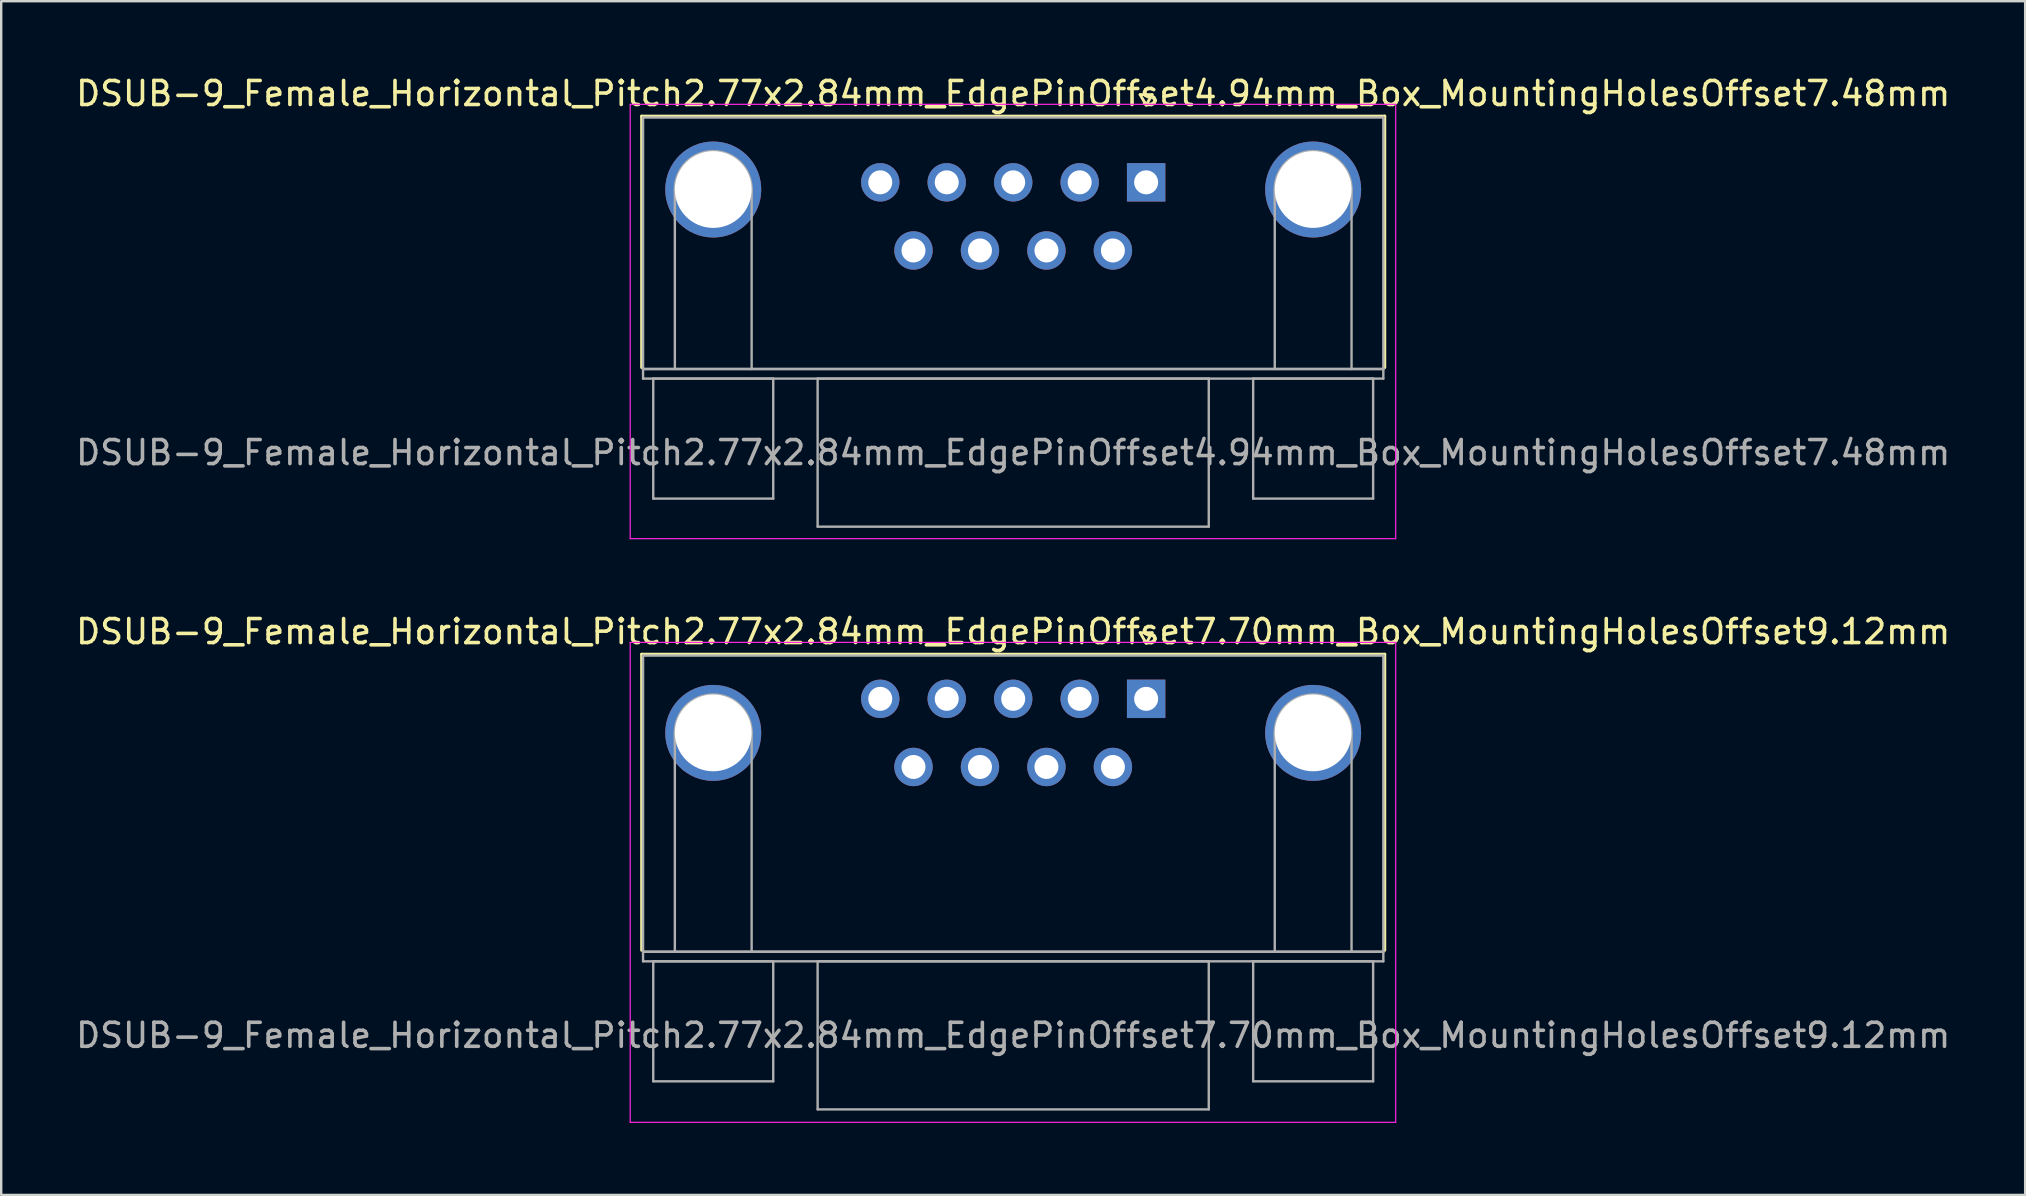
<source format=kicad_pcb>
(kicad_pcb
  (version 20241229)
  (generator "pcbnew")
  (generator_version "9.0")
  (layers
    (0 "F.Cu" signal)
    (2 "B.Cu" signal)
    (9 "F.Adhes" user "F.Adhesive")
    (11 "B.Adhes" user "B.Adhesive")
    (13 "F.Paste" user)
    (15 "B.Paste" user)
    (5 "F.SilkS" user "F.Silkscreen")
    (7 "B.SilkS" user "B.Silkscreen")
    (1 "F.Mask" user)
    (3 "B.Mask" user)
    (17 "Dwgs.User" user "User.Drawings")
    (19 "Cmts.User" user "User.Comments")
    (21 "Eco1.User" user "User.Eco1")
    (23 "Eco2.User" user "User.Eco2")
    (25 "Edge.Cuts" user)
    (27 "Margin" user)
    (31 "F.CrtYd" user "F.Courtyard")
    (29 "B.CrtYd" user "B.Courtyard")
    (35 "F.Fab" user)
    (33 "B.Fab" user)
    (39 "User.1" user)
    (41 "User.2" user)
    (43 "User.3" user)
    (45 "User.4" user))
  (footprint "DSUB-9_Female_Horizontal_Pitch2.77x2.84mm_EdgePinOffset7.70mm_Box_MountingHolesOffset9.12mm"
    (layer "F.Cu")
    (at 44.713 26.072)
    (property "Reference" "DSUB-9_Female_Horizontal_Pitch2.77x2.84mm_EdgePinOffset7.70mm_Box_MountingHolesOffset9.12mm" (at -5.54 -2.8 0) (layer "F.SilkS") (effects (font (size 1 1) (thickness 0.15))))
    (attr through_hole)
    (fp_line (start -21.025 -1.86) (end 9.945 -1.86) (stroke (width 0.12) (type solid)) (layer "F.SilkS"))
    (fp_line (start -21.025 10.48) (end -21.025 -1.86) (stroke (width 0.12) (type solid)) (layer "F.SilkS"))
    (fp_line (start -0.25 -2.754) (end 0.25 -2.754) (stroke (width 0.12) (type solid)) (layer "F.SilkS"))
    (fp_line (start 0 -2.321) (end -0.25 -2.754) (stroke (width 0.12) (type solid)) (layer "F.SilkS"))
    (fp_line (start 0.25 -2.754) (end 0 -2.321) (stroke (width 0.12) (type solid)) (layer "F.SilkS"))
    (fp_line (start 9.945 -1.86) (end 9.945 10.48) (stroke (width 0.12) (type solid)) (layer "F.SilkS"))
    (fp_line (start -21.5 -2.35) (end -21.5 17.65) (stroke (width 0.05) (type solid)) (layer "F.CrtYd"))
    (fp_line (start -21.5 17.65) (end 10.4 17.65) (stroke (width 0.05) (type solid)) (layer "F.CrtYd"))
    (fp_line (start 10.4 -2.35) (end -21.5 -2.35) (stroke (width 0.05) (type solid)) (layer "F.CrtYd"))
    (fp_line (start 10.4 17.65) (end 10.4 -2.35) (stroke (width 0.05) (type solid)) (layer "F.CrtYd"))
    (fp_line (start -20.965 -1.8) (end -20.965 10.54) (stroke (width 0.1) (type solid)) (layer "F.Fab"))
    (fp_line (start -20.965 10.54) (end -20.965 10.94) (stroke (width 0.1) (type solid)) (layer "F.Fab"))
    (fp_line (start -20.965 10.54) (end 9.885 10.54) (stroke (width 0.1) (type solid)) (layer "F.Fab"))
    (fp_line (start -20.965 10.94) (end 9.885 10.94) (stroke (width 0.1) (type solid)) (layer "F.Fab"))
    (fp_line (start -20.54 10.94) (end -20.54 15.94) (stroke (width 0.1) (type solid)) (layer "F.Fab"))
    (fp_line (start -20.54 15.94) (end -15.54 15.94) (stroke (width 0.1) (type solid)) (layer "F.Fab"))
    (fp_line (start -19.64 10.54) (end -19.64 1.42) (stroke (width 0.1) (type solid)) (layer "F.Fab"))
    (fp_line (start -16.44 10.54) (end -16.44 1.42) (stroke (width 0.1) (type solid)) (layer "F.Fab"))
    (fp_line (start -15.54 10.94) (end -20.54 10.94) (stroke (width 0.1) (type solid)) (layer "F.Fab"))
    (fp_line (start -15.54 15.94) (end -15.54 10.94) (stroke (width 0.1) (type solid)) (layer "F.Fab"))
    (fp_line (start -13.69 10.94) (end -13.69 17.11) (stroke (width 0.1) (type solid)) (layer "F.Fab"))
    (fp_line (start -13.69 17.11) (end 2.61 17.11) (stroke (width 0.1) (type solid)) (layer "F.Fab"))
    (fp_line (start 2.61 10.94) (end -13.69 10.94) (stroke (width 0.1) (type solid)) (layer "F.Fab"))
    (fp_line (start 2.61 17.11) (end 2.61 10.94) (stroke (width 0.1) (type solid)) (layer "F.Fab"))
    (fp_line (start 4.46 10.94) (end 4.46 15.94) (stroke (width 0.1) (type solid)) (layer "F.Fab"))
    (fp_line (start 4.46 15.94) (end 9.46 15.94) (stroke (width 0.1) (type solid)) (layer "F.Fab"))
    (fp_line (start 5.36 10.54) (end 5.36 1.42) (stroke (width 0.1) (type solid)) (layer "F.Fab"))
    (fp_line (start 8.56 10.54) (end 8.56 1.42) (stroke (width 0.1) (type solid)) (layer "F.Fab"))
    (fp_line (start 9.46 10.94) (end 4.46 10.94) (stroke (width 0.1) (type solid)) (layer "F.Fab"))
    (fp_line (start 9.46 15.94) (end 9.46 10.94) (stroke (width 0.1) (type solid)) (layer "F.Fab"))
    (fp_line (start 9.885 -1.8) (end -20.965 -1.8) (stroke (width 0.1) (type solid)) (layer "F.Fab"))
    (fp_line (start 9.885 10.54) (end -20.965 10.54) (stroke (width 0.1) (type solid)) (layer "F.Fab"))
    (fp_line (start 9.885 10.54) (end 9.885 -1.8) (stroke (width 0.1) (type solid)) (layer "F.Fab"))
    (fp_line (start 9.885 10.94) (end 9.885 10.54) (stroke (width 0.1) (type solid)) (layer "F.Fab"))
    (fp_arc (start -19.64 1.42) (mid -18.04 -0.18) (end -16.44 1.42) (stroke (width 0.1) (type solid)) (layer "F.Fab"))
    (fp_arc (start 5.36 1.42) (mid 6.96 -0.18) (end 8.56 1.42) (stroke (width 0.1) (type solid)) (layer "F.Fab"))
    (fp_text user "${REFERENCE}" (at -5.54 14.025 0) (layer "F.Fab") (effects (font (size 1 1) (thickness 0.15))))
    (pad "0" thru_hole circle (at -18.04 1.42) (size 4 4) (drill 3.2) (layers "*.Cu" "*.Mask"))
    (pad "0" thru_hole circle (at 6.96 1.42) (size 4 4) (drill 3.2) (layers "*.Cu" "*.Mask"))
    (pad "1" thru_hole rect (at 0 0) (size 1.6 1.6) (drill 1) (layers "*.Cu" "*.Mask"))
    (pad "2" thru_hole circle (at -2.77 0) (size 1.6 1.6) (drill 1) (layers "*.Cu" "*.Mask"))
    (pad "3" thru_hole circle (at -5.54 0) (size 1.6 1.6) (drill 1) (layers "*.Cu" "*.Mask"))
    (pad "4" thru_hole circle (at -8.31 0) (size 1.6 1.6) (drill 1) (layers "*.Cu" "*.Mask"))
    (pad "5" thru_hole circle (at -11.08 0) (size 1.6 1.6) (drill 1) (layers "*.Cu" "*.Mask"))
    (pad "6" thru_hole circle (at -1.385 2.84) (size 1.6 1.6) (drill 1) (layers "*.Cu" "*.Mask"))
    (pad "7" thru_hole circle (at -4.155 2.84) (size 1.6 1.6) (drill 1) (layers "*.Cu" "*.Mask"))
    (pad "8" thru_hole circle (at -6.925 2.84) (size 1.6 1.6) (drill 1) (layers "*.Cu" "*.Mask"))
    (pad "9" thru_hole circle (at -9.695 2.84) (size 1.6 1.6) (drill 1) (layers "*.Cu" "*.Mask")))
  (footprint "DSUB-9_Female_Horizontal_Pitch2.77x2.84mm_EdgePinOffset4.94mm_Box_MountingHolesOffset7.48mm"
    (layer "F.Cu")
    (at 44.713 4.548)
    (property "Reference" "DSUB-9_Female_Horizontal_Pitch2.77x2.84mm_EdgePinOffset4.94mm_Box_MountingHolesOffset7.48mm" (at -5.54 -3.7 0) (layer "F.SilkS") (effects (font (size 1 1) (thickness 0.15))))
    (attr through_hole)
    (fp_line (start -21.025 -2.76) (end 9.945 -2.76) (stroke (width 0.12) (type solid)) (layer "F.SilkS"))
    (fp_line (start -21.025 7.72) (end -21.025 -2.76) (stroke (width 0.12) (type solid)) (layer "F.SilkS"))
    (fp_line (start -0.25 -3.654) (end 0.25 -3.654) (stroke (width 0.12) (type solid)) (layer "F.SilkS"))
    (fp_line (start 0 -3.221) (end -0.25 -3.654) (stroke (width 0.12) (type solid)) (layer "F.SilkS"))
    (fp_line (start 0.25 -3.654) (end 0 -3.221) (stroke (width 0.12) (type solid)) (layer "F.SilkS"))
    (fp_line (start 9.945 -2.76) (end 9.945 7.72) (stroke (width 0.12) (type solid)) (layer "F.SilkS"))
    (fp_line (start -21.5 -3.25) (end -21.5 14.85) (stroke (width 0.05) (type solid)) (layer "F.CrtYd"))
    (fp_line (start -21.5 14.85) (end 10.4 14.85) (stroke (width 0.05) (type solid)) (layer "F.CrtYd"))
    (fp_line (start 10.4 -3.25) (end -21.5 -3.25) (stroke (width 0.05) (type solid)) (layer "F.CrtYd"))
    (fp_line (start 10.4 14.85) (end 10.4 -3.25) (stroke (width 0.05) (type solid)) (layer "F.CrtYd"))
    (fp_line (start -20.965 -2.7) (end -20.965 7.78) (stroke (width 0.1) (type solid)) (layer "F.Fab"))
    (fp_line (start -20.965 7.78) (end -20.965 8.18) (stroke (width 0.1) (type solid)) (layer "F.Fab"))
    (fp_line (start -20.965 7.78) (end 9.885 7.78) (stroke (width 0.1) (type solid)) (layer "F.Fab"))
    (fp_line (start -20.965 8.18) (end 9.885 8.18) (stroke (width 0.1) (type solid)) (layer "F.Fab"))
    (fp_line (start -20.54 8.18) (end -20.54 13.18) (stroke (width 0.1) (type solid)) (layer "F.Fab"))
    (fp_line (start -20.54 13.18) (end -15.54 13.18) (stroke (width 0.1) (type solid)) (layer "F.Fab"))
    (fp_line (start -19.64 7.78) (end -19.64 0.3) (stroke (width 0.1) (type solid)) (layer "F.Fab"))
    (fp_line (start -16.44 7.78) (end -16.44 0.3) (stroke (width 0.1) (type solid)) (layer "F.Fab"))
    (fp_line (start -15.54 8.18) (end -20.54 8.18) (stroke (width 0.1) (type solid)) (layer "F.Fab"))
    (fp_line (start -15.54 13.18) (end -15.54 8.18) (stroke (width 0.1) (type solid)) (layer "F.Fab"))
    (fp_line (start -13.69 8.18) (end -13.69 14.35) (stroke (width 0.1) (type solid)) (layer "F.Fab"))
    (fp_line (start -13.69 14.35) (end 2.61 14.35) (stroke (width 0.1) (type solid)) (layer "F.Fab"))
    (fp_line (start 2.61 8.18) (end -13.69 8.18) (stroke (width 0.1) (type solid)) (layer "F.Fab"))
    (fp_line (start 2.61 14.35) (end 2.61 8.18) (stroke (width 0.1) (type solid)) (layer "F.Fab"))
    (fp_line (start 4.46 8.18) (end 4.46 13.18) (stroke (width 0.1) (type solid)) (layer "F.Fab"))
    (fp_line (start 4.46 13.18) (end 9.46 13.18) (stroke (width 0.1) (type solid)) (layer "F.Fab"))
    (fp_line (start 5.36 7.78) (end 5.36 0.3) (stroke (width 0.1) (type solid)) (layer "F.Fab"))
    (fp_line (start 8.56 7.78) (end 8.56 0.3) (stroke (width 0.1) (type solid)) (layer "F.Fab"))
    (fp_line (start 9.46 8.18) (end 4.46 8.18) (stroke (width 0.1) (type solid)) (layer "F.Fab"))
    (fp_line (start 9.46 13.18) (end 9.46 8.18) (stroke (width 0.1) (type solid)) (layer "F.Fab"))
    (fp_line (start 9.885 -2.7) (end -20.965 -2.7) (stroke (width 0.1) (type solid)) (layer "F.Fab"))
    (fp_line (start 9.885 7.78) (end -20.965 7.78) (stroke (width 0.1) (type solid)) (layer "F.Fab"))
    (fp_line (start 9.885 7.78) (end 9.885 -2.7) (stroke (width 0.1) (type solid)) (layer "F.Fab"))
    (fp_line (start 9.885 8.18) (end 9.885 7.78) (stroke (width 0.1) (type solid)) (layer "F.Fab"))
    (fp_arc (start -19.64 0.3) (mid -18.04 -1.3) (end -16.44 0.3) (stroke (width 0.1) (type solid)) (layer "F.Fab"))
    (fp_arc (start 5.36 0.3) (mid 6.96 -1.3) (end 8.56 0.3) (stroke (width 0.1) (type solid)) (layer "F.Fab"))
    (fp_text user "${REFERENCE}" (at -5.54 11.265 0) (layer "F.Fab") (effects (font (size 1 1) (thickness 0.15))))
    (pad "0" thru_hole circle (at -18.04 0.3) (size 4 4) (drill 3.2) (layers "*.Cu" "*.Mask"))
    (pad "0" thru_hole circle (at 6.96 0.3) (size 4 4) (drill 3.2) (layers "*.Cu" "*.Mask"))
    (pad "1" thru_hole rect (at 0 0) (size 1.6 1.6) (drill 1) (layers "*.Cu" "*.Mask"))
    (pad "2" thru_hole circle (at -2.77 0) (size 1.6 1.6) (drill 1) (layers "*.Cu" "*.Mask"))
    (pad "3" thru_hole circle (at -5.54 0) (size 1.6 1.6) (drill 1) (layers "*.Cu" "*.Mask"))
    (pad "4" thru_hole circle (at -8.31 0) (size 1.6 1.6) (drill 1) (layers "*.Cu" "*.Mask"))
    (pad "5" thru_hole circle (at -11.08 0) (size 1.6 1.6) (drill 1) (layers "*.Cu" "*.Mask"))
    (pad "6" thru_hole circle (at -1.385 2.84) (size 1.6 1.6) (drill 1) (layers "*.Cu" "*.Mask"))
    (pad "7" thru_hole circle (at -4.155 2.84) (size 1.6 1.6) (drill 1) (layers "*.Cu" "*.Mask"))
    (pad "8" thru_hole circle (at -6.925 2.84) (size 1.6 1.6) (drill 1) (layers "*.Cu" "*.Mask"))
    (pad "9" thru_hole circle (at -9.695 2.84) (size 1.6 1.6) (drill 1) (layers "*.Cu" "*.Mask")))
  (gr_rect
    (start -3 -3)
    (end 81.345 46.746)
    (stroke (width 0.1) (type default))
    (fill no)
    (layer "Edge.Cuts")))
</source>
